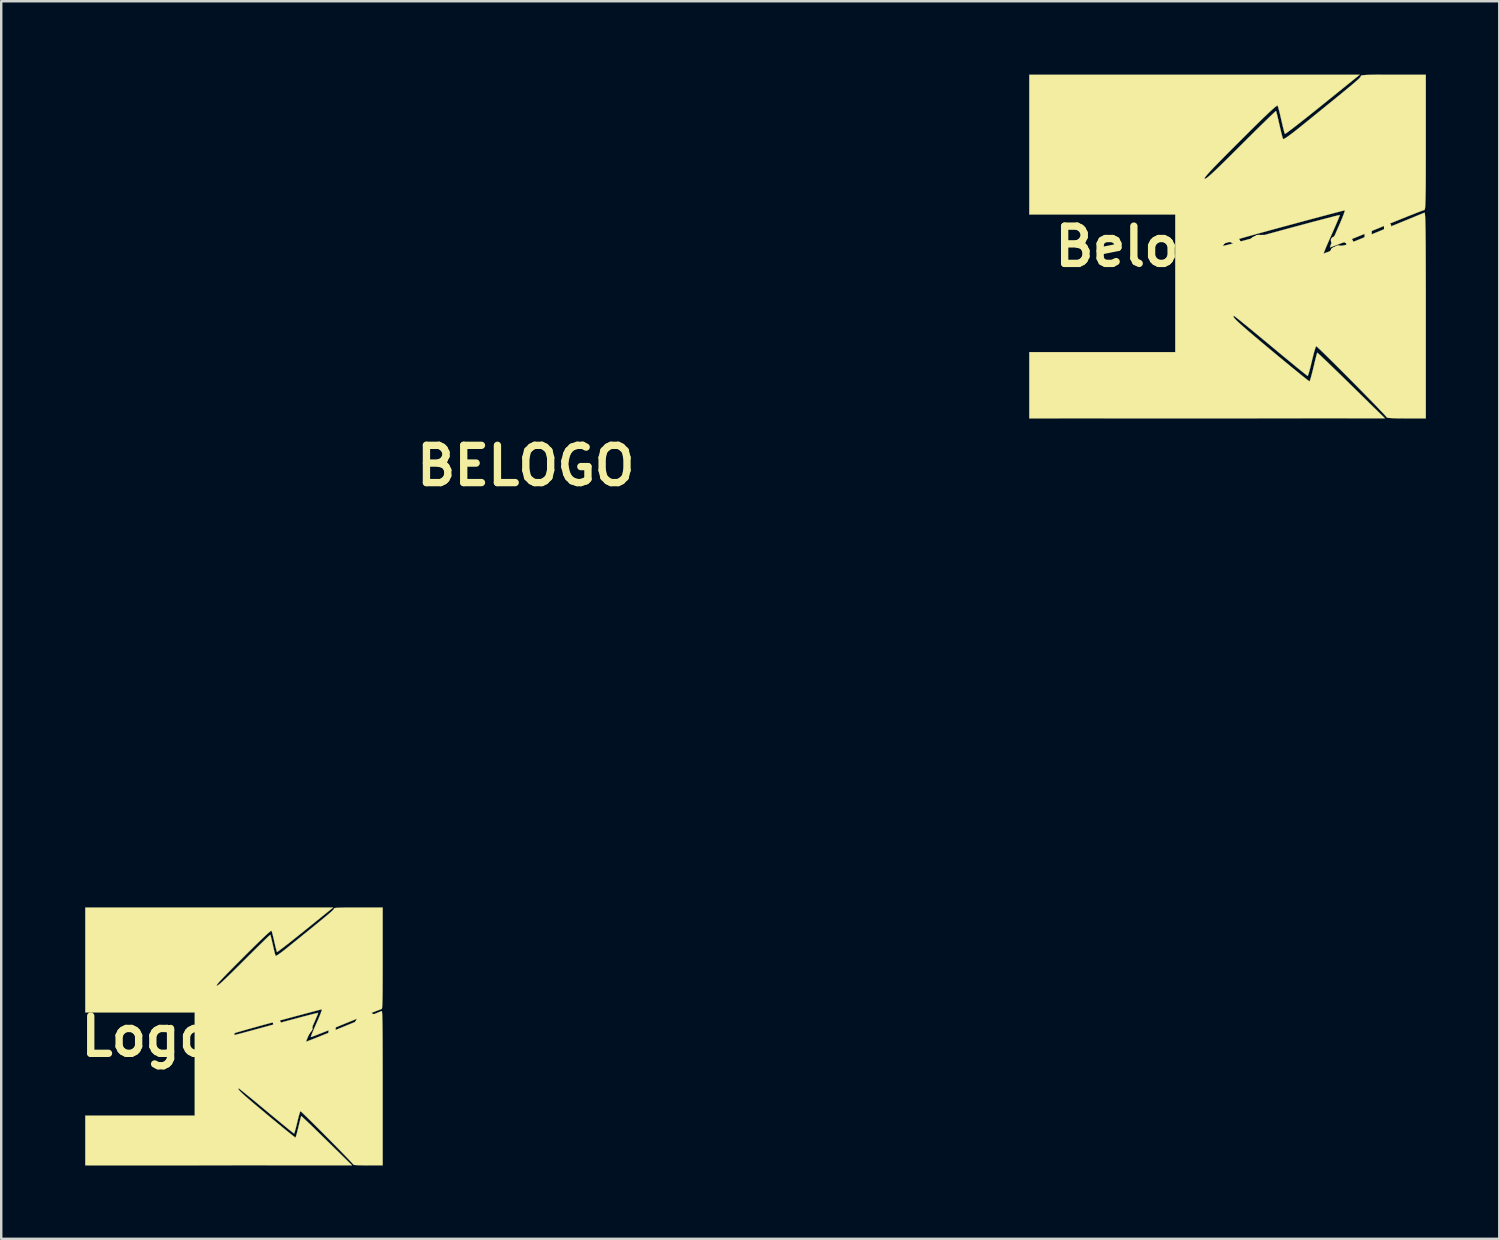
<source format=kicad_pcb>
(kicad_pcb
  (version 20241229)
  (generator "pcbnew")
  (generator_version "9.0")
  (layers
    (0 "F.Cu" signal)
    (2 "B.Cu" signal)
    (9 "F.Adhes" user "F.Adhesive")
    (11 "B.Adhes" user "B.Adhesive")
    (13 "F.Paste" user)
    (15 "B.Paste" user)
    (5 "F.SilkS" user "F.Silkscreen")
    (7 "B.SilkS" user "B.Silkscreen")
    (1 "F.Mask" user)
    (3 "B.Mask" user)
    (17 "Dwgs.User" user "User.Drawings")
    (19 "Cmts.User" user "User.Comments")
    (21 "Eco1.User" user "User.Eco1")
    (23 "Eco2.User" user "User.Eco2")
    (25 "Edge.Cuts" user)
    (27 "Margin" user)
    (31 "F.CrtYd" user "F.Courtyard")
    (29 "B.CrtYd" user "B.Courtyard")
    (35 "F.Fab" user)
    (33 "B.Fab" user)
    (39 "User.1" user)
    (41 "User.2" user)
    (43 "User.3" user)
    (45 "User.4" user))
  (footprint "Belogosmall"
    (layer "F.Cu")
    (at 47.128 7.032)
    (property "Reference" "Belogosmall" (at 0 0 0) (layer "F.SilkS") (effects (font (size 1.524 1.524) (thickness 0.3))))
    (attr through_hole)
    (fp_poly (pts (xy 3.909 -5.802) (xy 3.599 -5.553) (xy 3.31 -5.323) (xy 3.047 -5.115) (xy 2.818 -4.936) (xy 2.629 -4.791) (xy 2.486 -4.684) (xy 2.396 -4.621) (xy 2.367 -4.606) (xy 2.349 -4.657) (xy 2.317 -4.773) (xy 2.276 -4.939) (xy 2.23 -5.139) (xy 2.222 -5.174) (xy 2.175 -5.38) (xy 2.13 -5.558) (xy 2.094 -5.692) (xy 2.07 -5.762) (xy 2.068 -5.766) (xy 2.038 -5.758) (xy 1.963 -5.702) (xy 1.842 -5.597) (xy 1.673 -5.44) (xy 1.454 -5.23) (xy 1.181 -4.964) (xy 0.855 -4.641) (xy 0.522 -4.309) (xy 0.172 -3.96) (xy -0.12 -3.665) (xy -0.36 -3.421) (xy -0.552 -3.223) (xy -0.699 -3.067) (xy -0.805 -2.949) (xy -0.875 -2.864) (xy -0.913 -2.809) (xy -0.922 -2.778) (xy -0.915 -2.769) (xy -0.884 -2.773) (xy -0.831 -2.805) (xy -0.75 -2.868) (xy -0.638 -2.967) (xy -0.488 -3.106) (xy -0.298 -3.289) (xy -0.062 -3.52) (xy 0.224 -3.803) (xy 0.565 -4.142) (xy 0.574 -4.151) (xy 0.859 -4.435) (xy 1.125 -4.699) (xy 1.367 -4.937) (xy 1.579 -5.144) (xy 1.754 -5.314) (xy 1.887 -5.441) (xy 1.973 -5.52) (xy 2.004 -5.544) (xy 2.019 -5.497) (xy 2.048 -5.384) (xy 2.087 -5.221) (xy 2.132 -5.023) (xy 2.141 -4.985) (xy 2.188 -4.779) (xy 2.231 -4.601) (xy 2.266 -4.469) (xy 2.288 -4.4) (xy 2.29 -4.396) (xy 2.334 -4.403) (xy 2.438 -4.466) (xy 2.601 -4.583) (xy 2.82 -4.752) (xy 2.97 -4.872) (xy 3.439 -5.251) (xy 3.847 -5.582) (xy 4.197 -5.866) (xy 4.494 -6.107) (xy 4.742 -6.31) (xy 4.945 -6.478) (xy 5.108 -6.613) (xy 5.234 -6.721) (xy 5.329 -6.804) (xy 5.395 -6.865) (xy 5.438 -6.909) (xy 5.461 -6.94) (xy 5.47 -6.959) (xy 5.47 -6.966) (xy 5.476 -6.983) (xy 5.508 -6.997) (xy 5.575 -7.008) (xy 5.684 -7.016) (xy 5.843 -7.021) (xy 6.06 -7.025) (xy 6.345 -7.027) (xy 6.704 -7.027) (xy 6.793 -7.027) (xy 8.128 -7.027) (xy 8.128 -4.262) (xy 8.128 -3.701) (xy 8.127 -3.218) (xy 8.126 -2.81) (xy 8.124 -2.469) (xy 8.12 -2.19) (xy 8.116 -1.967) (xy 8.111 -1.795) (xy 8.105 -1.668) (xy 8.097 -1.58) (xy 8.088 -1.526) (xy 8.077 -1.5) (xy 8.069 -1.496) (xy 8.019 -1.48) (xy 7.898 -1.435) (xy 7.715 -1.364) (xy 7.478 -1.271) (xy 7.193 -1.157) (xy 6.87 -1.026) (xy 6.515 -0.882) (xy 6.138 -0.728) (xy 6.12 -0.721) (xy 5.743 -0.567) (xy 5.39 -0.424) (xy 5.07 -0.295) (xy 4.788 -0.183) (xy 4.554 -0.091) (xy 4.375 -0.022) (xy 4.258 0.021) (xy 4.211 0.034) (xy 4.211 0.034) (xy 4.221 -0.009) (xy 4.262 -0.117) (xy 4.328 -0.277) (xy 4.414 -0.478) (xy 4.515 -0.708) (xy 4.526 -0.734) (xy 4.627 -0.964) (xy 4.711 -1.166) (xy 4.774 -1.327) (xy 4.811 -1.436) (xy 4.817 -1.481) (xy 4.815 -1.482) (xy 4.767 -1.471) (xy 4.644 -1.44) (xy 4.454 -1.39) (xy 4.204 -1.324) (xy 3.9 -1.243) (xy 3.55 -1.15) (xy 3.161 -1.046) (xy 2.741 -0.932) (xy 2.295 -0.812) (xy 2.236 -0.796) (xy 1.675 -0.643) (xy 1.192 -0.511) (xy 0.784 -0.397) (xy 0.448 -0.301) (xy 0.178 -0.222) (xy -0.027 -0.159) (xy -0.172 -0.111) (xy -0.26 -0.075) (xy -0.295 -0.053) (xy -0.296 -0.05) (xy -0.298 -0.034) (xy -0.297 -0.022) (xy -0.29 -0.013) (xy -0.269 -0.009) (xy -0.229 -0.013) (xy -0.164 -0.025) (xy -0.068 -0.046) (xy 0.065 -0.079) (xy 0.241 -0.125) (xy 0.466 -0.184) (xy 0.746 -0.259) (xy 1.087 -0.352) (xy 1.494 -0.462) (xy 1.974 -0.593) (xy 2.265 -0.672) (xy 2.693 -0.788) (xy 3.096 -0.896) (xy 3.467 -0.996) (xy 3.799 -1.083) (xy 4.084 -1.158) (xy 4.315 -1.218) (xy 4.484 -1.26) (xy 4.584 -1.284) (xy 4.61 -1.288) (xy 4.599 -1.246) (xy 4.557 -1.139) (xy 4.49 -0.979) (xy 4.403 -0.777) (xy 4.301 -0.546) (xy 4.281 -0.502) (xy 4.177 -0.267) (xy 4.086 -0.059) (xy 4.016 0.109) (xy 3.969 0.227) (xy 3.952 0.282) (xy 3.953 0.284) (xy 3.994 0.272) (xy 4.106 0.23) (xy 4.282 0.162) (xy 4.514 0.07) (xy 4.795 -0.042) (xy 5.117 -0.172) (xy 5.473 -0.317) (xy 5.856 -0.473) (xy 5.996 -0.531) (xy 6.388 -0.692) (xy 6.757 -0.844) (xy 7.096 -0.983) (xy 7.397 -1.106) (xy 7.652 -1.211) (xy 7.853 -1.294) (xy 7.994 -1.352) (xy 8.067 -1.382) (xy 8.075 -1.385) (xy 8.084 -1.373) (xy 8.092 -1.328) (xy 8.099 -1.245) (xy 8.105 -1.119) (xy 8.11 -0.948) (xy 8.115 -0.727) (xy 8.119 -0.451) (xy 8.122 -0.116) (xy 8.124 0.281) (xy 8.126 0.745) (xy 8.127 1.279) (xy 8.128 1.889) (xy 8.128 2.579) (xy 8.128 2.811) (xy 8.128 7.027) (xy 7.321 7.027) (xy 7.072 7.026) (xy 6.857 7.021) (xy 6.687 7.013) (xy 6.576 7.003) (xy 6.536 6.992) (xy 6.537 6.991) (xy 6.511 6.957) (xy 6.433 6.87) (xy 6.308 6.738) (xy 6.145 6.567) (xy 5.949 6.365) (xy 5.728 6.139) (xy 5.489 5.895) (xy 5.239 5.641) (xy 4.985 5.385) (xy 4.733 5.132) (xy 4.492 4.891) (xy 4.268 4.668) (xy 4.067 4.47) (xy 3.898 4.305) (xy 3.766 4.179) (xy 3.68 4.099) (xy 3.647 4.073) (xy 3.626 4.108) (xy 3.591 4.212) (xy 3.546 4.37) (xy 3.496 4.569) (xy 3.47 4.677) (xy 3.419 4.892) (xy 3.371 5.074) (xy 3.332 5.209) (xy 3.305 5.282) (xy 3.298 5.292) (xy 3.26 5.265) (xy 3.164 5.19) (xy 3.017 5.071) (xy 2.824 4.915) (xy 2.593 4.725) (xy 2.33 4.508) (xy 2.042 4.27) (xy 1.795 4.064) (xy 1.491 3.812) (xy 1.207 3.577) (xy 0.949 3.364) (xy 0.724 3.181) (xy 0.539 3.031) (xy 0.4 2.92) (xy 0.314 2.854) (xy 0.288 2.836) (xy 0.26 2.845) (xy 0.263 2.875) (xy 0.3 2.929) (xy 0.376 3.01) (xy 0.494 3.123) (xy 0.659 3.272) (xy 0.875 3.459) (xy 1.145 3.689) (xy 1.474 3.966) (xy 1.8 4.237) (xy 2.111 4.496) (xy 2.402 4.736) (xy 2.667 4.954) (xy 2.9 5.144) (xy 3.093 5.3) (xy 3.241 5.418) (xy 3.337 5.491) (xy 3.375 5.516) (xy 3.375 5.516) (xy 3.394 5.474) (xy 3.428 5.364) (xy 3.472 5.202) (xy 3.522 5.003) (xy 3.539 4.932) (xy 3.588 4.723) (xy 3.632 4.545) (xy 3.666 4.415) (xy 3.686 4.346) (xy 3.689 4.34) (xy 3.721 4.366) (xy 3.808 4.445) (xy 3.943 4.572) (xy 4.12 4.741) (xy 4.333 4.946) (xy 4.576 5.181) (xy 4.842 5.441) (xy 5.08 5.674) (xy 6.456 7.023) (xy -8.086 7.027) (xy -8.086 4.318) (xy -2.117 4.318) (xy -2.117 -1.312) (xy -8.086 -1.312) (xy -8.086 -7.027) (xy 5.426 -7.027) (xy 3.909 -5.802)) (stroke (width 0.01) (type solid)) (fill yes) (layer "F.SilkS")))
  (footprint "Logo12x10"
    (layer "F.Cu")
    (at 6.502 39.335)
    (property "Reference" "Logo12x10" (at 0 0 0) (layer "F.SilkS") (effects (font (size 1.524 1.524) (thickness 0.3))))
    (attr through_hole)
    (fp_poly (pts (xy 2.932 -4.352) (xy 2.699 -4.165) (xy 2.482 -3.992) (xy 2.285 -3.836) (xy 2.113 -3.702) (xy 1.971 -3.593) (xy 1.864 -3.513) (xy 1.797 -3.466) (xy 1.775 -3.455) (xy 1.761 -3.492) (xy 1.738 -3.58) (xy 1.707 -3.704) (xy 1.672 -3.854) (xy 1.667 -3.88) (xy 1.631 -4.035) (xy 1.598 -4.169) (xy 1.571 -4.269) (xy 1.553 -4.322) (xy 1.551 -4.325) (xy 1.528 -4.318) (xy 1.472 -4.276) (xy 1.382 -4.197) (xy 1.255 -4.08) (xy 1.09 -3.922) (xy 0.886 -3.723) (xy 0.641 -3.481) (xy 0.391 -3.232) (xy 0.129 -2.97) (xy -0.09 -2.749) (xy -0.27 -2.566) (xy -0.414 -2.417) (xy -0.524 -2.3) (xy -0.604 -2.212) (xy -0.657 -2.148) (xy -0.685 -2.106) (xy -0.692 -2.083) (xy -0.686 -2.076) (xy -0.663 -2.08) (xy -0.623 -2.104) (xy -0.563 -2.151) (xy -0.478 -2.226) (xy -0.366 -2.33) (xy -0.223 -2.467) (xy -0.046 -2.64) (xy 0.168 -2.852) (xy 0.424 -3.107) (xy 0.431 -3.113) (xy 0.644 -3.326) (xy 0.844 -3.524) (xy 1.025 -3.703) (xy 1.184 -3.858) (xy 1.315 -3.986) (xy 1.415 -4.081) (xy 1.479 -4.14) (xy 1.503 -4.158) (xy 1.514 -4.123) (xy 1.536 -4.038) (xy 1.565 -3.916) (xy 1.599 -3.767) (xy 1.605 -3.739) (xy 1.641 -3.584) (xy 1.673 -3.451) (xy 1.699 -3.352) (xy 1.716 -3.3) (xy 1.718 -3.297) (xy 1.751 -3.302) (xy 1.829 -3.35) (xy 1.951 -3.437) (xy 2.115 -3.564) (xy 2.227 -3.654) (xy 2.58 -3.939) (xy 2.885 -4.186) (xy 3.148 -4.399) (xy 3.371 -4.581) (xy 3.557 -4.733) (xy 3.709 -4.858) (xy 3.831 -4.96) (xy 3.926 -5.041) (xy 3.997 -5.103) (xy 4.046 -5.149) (xy 4.078 -5.182) (xy 4.096 -5.205) (xy 4.102 -5.219) (xy 4.102 -5.225) (xy 4.107 -5.237) (xy 4.131 -5.248) (xy 4.181 -5.256) (xy 4.263 -5.262) (xy 4.382 -5.266) (xy 4.545 -5.269) (xy 4.758 -5.27) (xy 5.028 -5.27) (xy 5.094 -5.271) (xy 6.096 -5.271) (xy 6.096 -3.196) (xy 6.096 -2.775) (xy 6.095 -2.414) (xy 6.094 -2.107) (xy 6.093 -1.852) (xy 6.09 -1.642) (xy 6.087 -1.475) (xy 6.083 -1.346) (xy 6.079 -1.251) (xy 6.073 -1.185) (xy 6.066 -1.145) (xy 6.058 -1.125) (xy 6.051 -1.122) (xy 6.014 -1.11) (xy 5.924 -1.076) (xy 5.786 -1.023) (xy 5.608 -0.953) (xy 5.395 -0.868) (xy 5.152 -0.77) (xy 4.887 -0.662) (xy 4.603 -0.546) (xy 4.59 -0.541) (xy 4.307 -0.425) (xy 4.043 -0.318) (xy 3.802 -0.221) (xy 3.591 -0.137) (xy 3.416 -0.068) (xy 3.281 -0.016) (xy 3.194 0.016) (xy 3.159 0.026) (xy 3.158 0.026) (xy 3.166 -0.007) (xy 3.196 -0.087) (xy 3.246 -0.208) (xy 3.31 -0.359) (xy 3.386 -0.531) (xy 3.395 -0.55) (xy 3.471 -0.723) (xy 3.534 -0.874) (xy 3.58 -0.995) (xy 3.608 -1.077) (xy 3.613 -1.111) (xy 3.611 -1.111) (xy 3.575 -1.103) (xy 3.483 -1.08) (xy 3.341 -1.043) (xy 3.153 -0.993) (xy 2.925 -0.933) (xy 2.663 -0.862) (xy 2.371 -0.784) (xy 2.055 -0.699) (xy 1.721 -0.609) (xy 1.677 -0.597) (xy 1.256 -0.483) (xy 0.894 -0.383) (xy 0.588 -0.298) (xy 0.336 -0.226) (xy 0.134 -0.167) (xy -0.02 -0.119) (xy -0.129 -0.083) (xy -0.195 -0.057) (xy -0.222 -0.04) (xy -0.222 -0.037) (xy -0.223 -0.026) (xy -0.223 -0.016) (xy -0.217 -0.01) (xy -0.202 -0.007) (xy -0.172 -0.01) (xy -0.123 -0.018) (xy -0.051 -0.035) (xy 0.049 -0.059) (xy 0.181 -0.094) (xy 0.35 -0.138) (xy 0.56 -0.195) (xy 0.815 -0.264) (xy 1.121 -0.347) (xy 1.48 -0.445) (xy 1.699 -0.504) (xy 2.02 -0.591) (xy 2.322 -0.672) (xy 2.601 -0.747) (xy 2.849 -0.813) (xy 3.063 -0.869) (xy 3.236 -0.913) (xy 3.363 -0.945) (xy 3.438 -0.963) (xy 3.458 -0.966) (xy 3.449 -0.935) (xy 3.418 -0.854) (xy 3.368 -0.734) (xy 3.302 -0.583) (xy 3.226 -0.41) (xy 3.211 -0.377) (xy 3.132 -0.2) (xy 3.065 -0.044) (xy 3.012 0.082) (xy 2.977 0.17) (xy 2.964 0.211) (xy 2.965 0.213) (xy 2.996 0.204) (xy 3.08 0.172) (xy 3.211 0.121) (xy 3.385 0.053) (xy 3.596 -0.032) (xy 3.838 -0.129) (xy 4.105 -0.238) (xy 4.392 -0.355) (xy 4.497 -0.398) (xy 4.791 -0.519) (xy 5.068 -0.633) (xy 5.322 -0.737) (xy 5.548 -0.83) (xy 5.739 -0.908) (xy 5.89 -0.97) (xy 5.996 -1.014) (xy 6.05 -1.036) (xy 6.056 -1.039) (xy 6.063 -1.03) (xy 6.069 -0.996) (xy 6.074 -0.933) (xy 6.079 -0.84) (xy 6.083 -0.711) (xy 6.086 -0.545) (xy 6.089 -0.338) (xy 6.091 -0.087) (xy 6.093 0.211) (xy 6.094 0.558) (xy 6.095 0.96) (xy 6.096 1.417) (xy 6.096 1.934) (xy 6.096 2.108) (xy 6.096 5.271) (xy 5.491 5.271) (xy 5.304 5.269) (xy 5.142 5.265) (xy 5.015 5.26) (xy 4.932 5.253) (xy 4.902 5.244) (xy 4.902 5.244) (xy 4.883 5.218) (xy 4.825 5.153) (xy 4.731 5.053) (xy 4.608 4.925) (xy 4.462 4.774) (xy 4.296 4.604) (xy 4.117 4.421) (xy 3.929 4.231) (xy 3.738 4.039) (xy 3.55 3.849) (xy 3.369 3.668) (xy 3.201 3.501) (xy 3.05 3.353) (xy 2.923 3.229) (xy 2.825 3.134) (xy 2.76 3.074) (xy 2.735 3.055) (xy 2.719 3.081) (xy 2.693 3.159) (xy 2.66 3.277) (xy 2.622 3.426) (xy 2.603 3.507) (xy 2.564 3.669) (xy 2.528 3.805) (xy 2.499 3.907) (xy 2.479 3.962) (xy 2.473 3.969) (xy 2.445 3.949) (xy 2.373 3.893) (xy 2.263 3.804) (xy 2.118 3.686) (xy 1.945 3.544) (xy 1.748 3.381) (xy 1.531 3.202) (xy 1.346 3.048) (xy 1.118 2.859) (xy 0.905 2.682) (xy 0.712 2.523) (xy 0.543 2.386) (xy 0.404 2.273) (xy 0.3 2.19) (xy 0.236 2.14) (xy 0.216 2.127) (xy 0.195 2.134) (xy 0.197 2.156) (xy 0.225 2.196) (xy 0.282 2.258) (xy 0.371 2.342) (xy 0.495 2.454) (xy 0.656 2.594) (xy 0.859 2.767) (xy 1.106 2.974) (xy 1.35 3.178) (xy 1.583 3.372) (xy 1.802 3.552) (xy 2.001 3.716) (xy 2.175 3.858) (xy 2.32 3.975) (xy 2.431 4.063) (xy 2.503 4.118) (xy 2.531 4.137) (xy 2.531 4.137) (xy 2.546 4.105) (xy 2.571 4.023) (xy 2.604 3.902) (xy 2.641 3.752) (xy 2.654 3.699) (xy 2.691 3.542) (xy 2.724 3.409) (xy 2.749 3.311) (xy 2.765 3.26) (xy 2.767 3.255) (xy 2.791 3.274) (xy 2.856 3.334) (xy 2.957 3.429) (xy 3.09 3.555) (xy 3.25 3.709) (xy 3.432 3.886) (xy 3.632 4.081) (xy 3.81 4.255) (xy 4.842 5.267) (xy -0.611 5.269) (xy -6.064 5.271) (xy -6.064 3.239) (xy -1.587 3.239) (xy -1.587 -0.984) (xy -6.064 -0.984) (xy -6.064 -5.271) (xy 4.069 -5.271) (xy 2.932 -4.352)) (stroke (width 0.01) (type solid)) (fill yes) (layer "F.SilkS")))
  (footprint "BELOGO"
    (layer "F.Cu")
    (at 18.453 15.995)
    (property "Reference" "BELOGO" (at 0 0 0) (layer "F.SilkS") (effects (font (size 1.524 1.524) (thickness 0.3))))
    (attr through_hole)
    (fp_poly (pts (xy -5.08 9.091) (xy -18.448 9.091) (xy -18.448 -3.476) (xy -5.08 -3.476) (xy -5.08 9.091)) (stroke (width 0.01) (type solid)) (fill yes) (layer "F.Mask"))
    (fp_poly (pts (xy 0.495 5.95) (xy 0.861 6.154) (xy 1.466 6.598) (xy 2.364 7.317) (xy 3.608 8.348) (xy 3.703 8.427) (xy 4.784 9.319) (xy 5.724 10.073) (xy 6.446 10.63) (xy 6.873 10.928) (xy 6.948 10.962) (xy 7.109 10.724) (xy 7.274 10.122) (xy 7.339 9.759) (xy 7.482 9.046) (xy 7.639 8.622) (xy 7.703 8.569) (xy 7.992 8.752) (xy 8.559 9.234) (xy 9.33 9.941) (xy 10.231 10.8) (xy 11.19 11.738) (xy 12.131 12.683) (xy 12.982 13.56) (xy 13.667 14.296) (xy 14.115 14.819) (xy 14.25 15.056) (xy 14.246 15.06) (xy 13.972 14.941) (xy 13.388 14.509) (xy 12.568 13.823) (xy 11.583 12.942) (xy 11.022 12.418) (xy 9.992 11.465) (xy 9.101 10.677) (xy 8.417 10.115) (xy 8.011 9.836) (xy 7.93 9.823) (xy 7.801 10.202) (xy 7.645 10.875) (xy 7.612 11.043) (xy 7.441 11.667) (xy 7.247 11.971) (xy 7.198 11.976) (xy 6.878 11.768) (xy 6.254 11.289) (xy 5.411 10.609) (xy 4.429 9.799) (xy 3.393 8.927) (xy 2.385 8.065) (xy 1.487 7.282) (xy 0.784 6.648) (xy 0.357 6.234) (xy 0.267 6.115) (xy 0.315 5.949) (xy 0.495 5.95)) (stroke (width 0.01) (type solid)) (fill yes) (layer "F.Mask"))
    (fp_poly (pts (xy 11.761 -15.877) (xy 11.764 -15.82) (xy 11.567 -15.587) (xy 11.034 -15.095) (xy 10.25 -14.416) (xy 9.301 -13.619) (xy 8.273 -12.774) (xy 7.251 -11.952) (xy 6.322 -11.222) (xy 5.57 -10.656) (xy 5.082 -10.322) (xy 4.983 -10.271) (xy 4.696 -10.331) (xy 4.493 -10.821) (xy 4.415 -11.21) (xy 4.256 -11.918) (xy 4.084 -12.363) (xy 4.036 -12.417) (xy 3.79 -12.28) (xy 3.24 -11.821) (xy 2.455 -11.103) (xy 1.503 -10.188) (xy 0.922 -9.611) (xy -0.291 -8.406) (xy -1.18 -7.552) (xy -1.791 -7.013) (xy -2.169 -6.752) (xy -2.359 -6.731) (xy -2.406 -6.889) (xy -2.226 -7.135) (xy -1.737 -7.678) (xy -1.012 -8.441) (xy -0.128 -9.35) (xy 0.84 -10.328) (xy 1.818 -11.301) (xy 2.73 -12.194) (xy 3.501 -12.93) (xy 4.056 -13.436) (xy 4.321 -13.635) (xy 4.325 -13.636) (xy 4.47 -13.399) (xy 4.63 -12.804) (xy 4.686 -12.499) (xy 4.828 -11.755) (xy 4.956 -11.249) (xy 4.99 -11.167) (xy 5.227 -11.256) (xy 5.802 -11.632) (xy 6.642 -12.243) (xy 7.672 -13.034) (xy 8.266 -13.506) (xy 9.552 -14.533) (xy 10.482 -15.258) (xy 11.112 -15.717) (xy 11.497 -15.949) (xy 11.695 -15.99) (xy 11.761 -15.877)) (stroke (width 0.01) (type solid)) (fill yes) (layer "F.Mask"))
    (fp_poly (pts (xy 10.627 -3.9) (xy 10.567 -3.637) (xy 10.336 -3.028) (xy 10.03 -2.306) (xy 9.679 -1.496) (xy 9.436 -0.904) (xy 9.358 -0.678) (xy 9.591 -0.739) (xy 10.238 -0.974) (xy 11.217 -1.354) (xy 12.448 -1.846) (xy 13.523 -2.285) (xy 14.882 -2.83) (xy 16.043 -3.264) (xy 16.928 -3.562) (xy 17.46 -3.697) (xy 17.579 -3.672) (xy 17.316 -3.484) (xy 16.654 -3.138) (xy 15.69 -2.676) (xy 14.521 -2.141) (xy 13.243 -1.574) (xy 11.952 -1.019) (xy 10.747 -0.516) (xy 9.722 -0.11) (xy 8.976 0.159) (xy 8.629 0.247) (xy 8.434 0.121) (xy 8.541 -0.361) (xy 8.556 -0.403) (xy 8.868 -1.132) (xy 9.235 -1.892) (xy 9.498 -2.5) (xy 9.58 -2.899) (xy 9.575 -2.921) (xy 9.304 -2.919) (xy 8.597 -2.791) (xy 7.533 -2.553) (xy 6.19 -2.224) (xy 4.648 -1.821) (xy 4.345 -1.74) (xy 2.599 -1.281) (xy 1.159 -0.932) (xy 0.078 -0.703) (xy -0.593 -0.605) (xy -0.801 -0.641) (xy -0.557 -0.772) (xy 0.114 -1.013) (xy 1.123 -1.338) (xy 2.38 -1.723) (xy 3.794 -2.14) (xy 5.276 -2.565) (xy 6.737 -2.972) (xy 8.086 -3.336) (xy 9.233 -3.63) (xy 10.089 -3.83) (xy 10.563 -3.909) (xy 10.627 -3.9)) (stroke (width 0.01) (type solid)) (fill yes) (layer "F.Mask")))
  (gr_rect
    (start -3 -3)
    (end 58.261 47.61)
    (stroke (width 0.1) (type default))
    (fill no)
    (layer "Edge.Cuts")))
</source>
